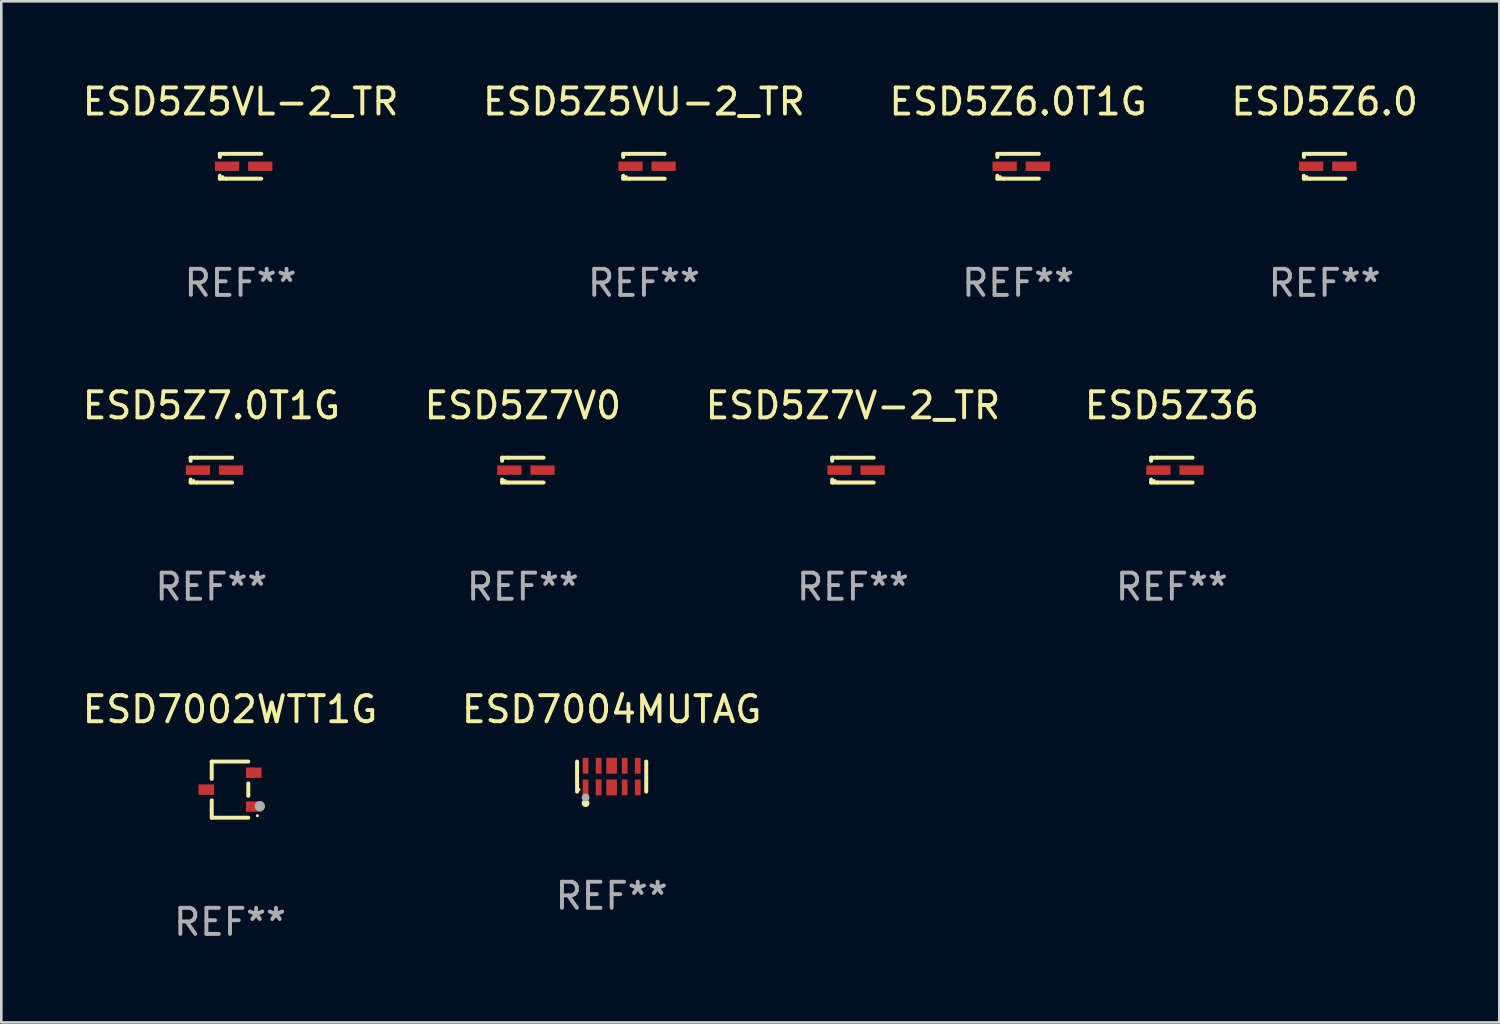
<source format=kicad_pcb>
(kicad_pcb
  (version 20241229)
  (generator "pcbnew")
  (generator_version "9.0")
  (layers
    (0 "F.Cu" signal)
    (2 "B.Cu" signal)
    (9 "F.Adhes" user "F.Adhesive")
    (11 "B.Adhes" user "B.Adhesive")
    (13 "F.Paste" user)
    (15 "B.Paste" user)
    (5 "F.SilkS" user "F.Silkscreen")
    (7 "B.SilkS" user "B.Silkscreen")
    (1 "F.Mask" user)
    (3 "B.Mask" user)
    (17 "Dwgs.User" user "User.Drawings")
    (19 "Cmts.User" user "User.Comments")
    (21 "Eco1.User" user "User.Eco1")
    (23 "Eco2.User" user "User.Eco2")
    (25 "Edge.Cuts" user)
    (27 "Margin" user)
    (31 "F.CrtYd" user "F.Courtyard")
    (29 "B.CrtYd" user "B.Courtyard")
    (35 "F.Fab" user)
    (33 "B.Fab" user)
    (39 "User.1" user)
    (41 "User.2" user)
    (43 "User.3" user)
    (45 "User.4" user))
  (footprint "ESD7004MUTAG"
    (layer "F.Cu")
    (at 20.399 26.722)
    (property "Reference" "ESD7004MUTAG" (at 0 -2.576 0) (layer "F.SilkS") (effects (font (size 1 1) (thickness 0.15))))
    (attr through_hole)
    (fp_line (start -1.326 0.576) (end -1.326 -0.576) (stroke (width 0.152) (type solid)) (layer "F.SilkS"))
    (fp_line (start 1.326 0.576) (end 1.326 -0.576) (stroke (width 0.152) (type solid)) (layer "F.SilkS"))
    (fp_circle (center -1.25 0.5) (end -1.22 0.5) (stroke (width 0.06) (type solid)) (fill no) (layer "F.SilkS"))
    (fp_circle (center -1 1.019) (end -0.925 1.019) (stroke (width 0.15) (type solid)) (fill no) (layer "F.SilkS"))
    (fp_circle (center -1 0.8) (end -0.925 0.8) (stroke (width 0.15) (type solid)) (fill no) (layer "F.Fab"))
    (fp_text user "REF**" (at 0 4.576 0) (layer "F.Fab") (effects (font (size 1 1) (thickness 0.15))))
    (pad "1" smd rect (at -1 0.415) (size 0.22 0.609) (layers "F.Cu" "F.Mask" "F.Paste"))
    (pad "2" smd rect (at -0.5 0.415) (size 0.22 0.609) (layers "F.Cu" "F.Mask" "F.Paste"))
    (pad "3" smd rect (at 0 0.415) (size 0.41 0.609) (layers "F.Cu" "F.Mask" "F.Paste"))
    (pad "4" smd rect (at 0.5 0.415) (size 0.22 0.609) (layers "F.Cu" "F.Mask" "F.Paste"))
    (pad "5" smd rect (at 1 0.415) (size 0.22 0.609) (layers "F.Cu" "F.Mask" "F.Paste"))
    (pad "6" smd rect (at 1 -0.415) (size 0.22 0.609) (layers "F.Cu" "F.Mask" "F.Paste"))
    (pad "7" smd rect (at 0.5 -0.415) (size 0.22 0.609) (layers "F.Cu" "F.Mask" "F.Paste"))
    (pad "8" smd rect (at 0 -0.415) (size 0.41 0.609) (layers "F.Cu" "F.Mask" "F.Paste"))
    (pad "9" smd rect (at -0.5 -0.415) (size 0.22 0.609) (layers "F.Cu" "F.Mask" "F.Paste"))
    (pad "10" smd rect (at -1 -0.415) (size 0.22 0.609) (layers "F.Cu" "F.Mask" "F.Paste")))
  (footprint "ESD5Z5VL-2_TR"
    (layer "F.Cu")
    (at 6.173 3.324)
    (property "Reference" "ESD5Z5VL-2_TR" (at 0 -2.476 0) (layer "F.SilkS") (effects (font (size 1 1) (thickness 0.15))))
    (attr through_hole)
    (fp_line (start -0.795 -0.476) (end -0.795 -0.356) (stroke (width 0.152) (type solid)) (layer "F.SilkS"))
    (fp_line (start -0.795 0.363) (end -0.795 0.476) (stroke (width 0.152) (type solid)) (layer "F.SilkS"))
    (fp_line (start -0.795 0.476) (end -0.557 0.476) (stroke (width 0.152) (type solid)) (layer "F.SilkS"))
    (fp_line (start -0.557 -0.476) (end -0.795 -0.476) (stroke (width 0.152) (type solid)) (layer "F.SilkS"))
    (fp_line (start -0.557 -0.476) (end 0.795 -0.476) (stroke (width 0.152) (type solid)) (layer "F.SilkS"))
    (fp_line (start -0.557 0.476) (end 0.795 0.476) (stroke (width 0.152) (type solid)) (layer "F.SilkS"))
    (fp_circle (center -0.681 0.4) (end -0.651 0.4) (stroke (width 0.06) (type solid)) (fill no) (layer "F.SilkS"))
    (fp_text user "REF**" (at 0 4.476 0) (layer "F.Fab") (effects (font (size 1 1) (thickness 0.15))))
    (pad "1" smd rect (at -0.516 0 180) (size 0.93 0.36) (layers "F.Cu" "F.Mask" "F.Paste"))
    (pad "2" smd rect (at 0.754 0 180) (size 0.93 0.36) (layers "F.Cu" "F.Mask" "F.Paste")))
  (footprint "ESD7002WTT1G"
    (layer "F.Cu")
    (at 5.768 27.222)
    (property "Reference" "ESD7002WTT1G" (at 0 -3.076 0) (layer "F.SilkS") (effects (font (size 1 1) (thickness 0.15))))
    (attr through_hole)
    (fp_line (start -0.701 -1.076) (end -0.701 -0.411) (stroke (width 0.152) (type solid)) (layer "F.SilkS"))
    (fp_line (start -0.701 1.076) (end -0.701 0.411) (stroke (width 0.152) (type solid)) (layer "F.SilkS"))
    (fp_line (start 0.701 -1.076) (end -0.701 -1.076) (stroke (width 0.152) (type solid)) (layer "F.SilkS"))
    (fp_line (start 0.701 -0.239) (end 0.701 0.239) (stroke (width 0.152) (type solid)) (layer "F.SilkS"))
    (fp_line (start 0.701 1.076) (end -0.701 1.076) (stroke (width 0.152) (type solid)) (layer "F.SilkS"))
    (fp_circle (center 1.05 1) (end 1.08 1) (stroke (width 0.06) (type solid)) (fill no) (layer "F.SilkS"))
    (fp_circle (center 1.143 0.635) (end 1.243 0.635) (stroke (width 0.2) (type solid)) (fill no) (layer "F.Fab"))
    (fp_text user "REF**" (at 0 5.076 0) (layer "F.Fab") (effects (font (size 1 1) (thickness 0.15))))
    (pad "1" smd rect (at 0.91 0.65) (size 0.6 0.4) (layers "F.Cu" "F.Mask" "F.Paste"))
    (pad "2" smd rect (at 0.91 -0.65) (size 0.6 0.4) (layers "F.Cu" "F.Mask" "F.Paste"))
    (pad "3" smd rect (at -0.91 0) (size 0.6 0.4) (layers "F.Cu" "F.Mask" "F.Paste")))
  (footprint "ESD5Z5VU-2_TR"
    (layer "F.Cu")
    (at 21.637 3.324)
    (property "Reference" "ESD5Z5VU-2_TR" (at 0 -2.476 0) (layer "F.SilkS") (effects (font (size 1 1) (thickness 0.15))))
    (attr through_hole)
    (fp_line (start -0.795 -0.476) (end -0.795 -0.356) (stroke (width 0.152) (type solid)) (layer "F.SilkS"))
    (fp_line (start -0.795 0.363) (end -0.795 0.476) (stroke (width 0.152) (type solid)) (layer "F.SilkS"))
    (fp_line (start -0.795 0.476) (end -0.557 0.476) (stroke (width 0.152) (type solid)) (layer "F.SilkS"))
    (fp_line (start -0.557 -0.476) (end -0.795 -0.476) (stroke (width 0.152) (type solid)) (layer "F.SilkS"))
    (fp_line (start -0.557 -0.476) (end 0.795 -0.476) (stroke (width 0.152) (type solid)) (layer "F.SilkS"))
    (fp_line (start -0.557 0.476) (end 0.795 0.476) (stroke (width 0.152) (type solid)) (layer "F.SilkS"))
    (fp_circle (center -0.681 0.4) (end -0.651 0.4) (stroke (width 0.06) (type solid)) (fill no) (layer "F.SilkS"))
    (fp_text user "REF**" (at 0 4.476 0) (layer "F.Fab") (effects (font (size 1 1) (thickness 0.15))))
    (pad "1" smd rect (at -0.516 0 180) (size 0.93 0.36) (layers "F.Cu" "F.Mask" "F.Paste"))
    (pad "2" smd rect (at 0.754 0 180) (size 0.93 0.36) (layers "F.Cu" "F.Mask" "F.Paste")))
  (footprint "ESD5Z36"
    (layer "F.Cu")
    (at 41.875 14.973)
    (property "Reference" "ESD5Z36" (at 0 -2.476 0) (layer "F.SilkS") (effects (font (size 1 1) (thickness 0.15))))
    (attr through_hole)
    (fp_line (start -0.795 -0.476) (end -0.795 -0.356) (stroke (width 0.152) (type solid)) (layer "F.SilkS"))
    (fp_line (start -0.795 0.363) (end -0.795 0.476) (stroke (width 0.152) (type solid)) (layer "F.SilkS"))
    (fp_line (start -0.795 0.476) (end -0.557 0.476) (stroke (width 0.152) (type solid)) (layer "F.SilkS"))
    (fp_line (start -0.557 -0.476) (end -0.795 -0.476) (stroke (width 0.152) (type solid)) (layer "F.SilkS"))
    (fp_line (start -0.557 -0.476) (end 0.795 -0.476) (stroke (width 0.152) (type solid)) (layer "F.SilkS"))
    (fp_line (start -0.557 0.476) (end 0.795 0.476) (stroke (width 0.152) (type solid)) (layer "F.SilkS"))
    (fp_circle (center -0.681 0.4) (end -0.651 0.4) (stroke (width 0.06) (type solid)) (fill no) (layer "F.SilkS"))
    (fp_text user "REF**" (at 0 4.476 0) (layer "F.Fab") (effects (font (size 1 1) (thickness 0.15))))
    (pad "1" smd rect (at -0.516 0 180) (size 0.93 0.36) (layers "F.Cu" "F.Mask" "F.Paste"))
    (pad "2" smd rect (at 0.754 0 180) (size 0.93 0.36) (layers "F.Cu" "F.Mask" "F.Paste")))
  (footprint "ESD5Z7.0T1G"
    (layer "F.Cu")
    (at 5.054 14.973)
    (property "Reference" "ESD5Z7.0T1G" (at 0 -2.476 0) (layer "F.SilkS") (effects (font (size 1 1) (thickness 0.15))))
    (attr through_hole)
    (fp_line (start -0.795 -0.476) (end -0.795 -0.356) (stroke (width 0.152) (type solid)) (layer "F.SilkS"))
    (fp_line (start -0.795 0.363) (end -0.795 0.476) (stroke (width 0.152) (type solid)) (layer "F.SilkS"))
    (fp_line (start -0.795 0.476) (end -0.557 0.476) (stroke (width 0.152) (type solid)) (layer "F.SilkS"))
    (fp_line (start -0.557 -0.476) (end -0.795 -0.476) (stroke (width 0.152) (type solid)) (layer "F.SilkS"))
    (fp_line (start -0.557 -0.476) (end 0.795 -0.476) (stroke (width 0.152) (type solid)) (layer "F.SilkS"))
    (fp_line (start -0.557 0.476) (end 0.795 0.476) (stroke (width 0.152) (type solid)) (layer "F.SilkS"))
    (fp_circle (center -0.681 0.4) (end -0.651 0.4) (stroke (width 0.06) (type solid)) (fill no) (layer "F.SilkS"))
    (fp_text user "REF**" (at 0 4.476 0) (layer "F.Fab") (effects (font (size 1 1) (thickness 0.15))))
    (pad "1" smd rect (at -0.516 0 180) (size 0.93 0.36) (layers "F.Cu" "F.Mask" "F.Paste"))
    (pad "2" smd rect (at 0.754 0 180) (size 0.93 0.36) (layers "F.Cu" "F.Mask" "F.Paste")))
  (footprint "ESD5Z7V0"
    (layer "F.Cu")
    (at 16.994 14.973)
    (property "Reference" "ESD5Z7V0" (at 0 -2.476 0) (layer "F.SilkS") (effects (font (size 1 1) (thickness 0.15))))
    (attr through_hole)
    (fp_line (start -0.795 -0.476) (end -0.795 -0.356) (stroke (width 0.152) (type solid)) (layer "F.SilkS"))
    (fp_line (start -0.795 0.363) (end -0.795 0.476) (stroke (width 0.152) (type solid)) (layer "F.SilkS"))
    (fp_line (start -0.795 0.476) (end -0.557 0.476) (stroke (width 0.152) (type solid)) (layer "F.SilkS"))
    (fp_line (start -0.557 -0.476) (end -0.795 -0.476) (stroke (width 0.152) (type solid)) (layer "F.SilkS"))
    (fp_line (start -0.557 -0.476) (end 0.795 -0.476) (stroke (width 0.152) (type solid)) (layer "F.SilkS"))
    (fp_line (start -0.557 0.476) (end 0.795 0.476) (stroke (width 0.152) (type solid)) (layer "F.SilkS"))
    (fp_circle (center -0.681 0.4) (end -0.651 0.4) (stroke (width 0.06) (type solid)) (fill no) (layer "F.SilkS"))
    (fp_text user "REF**" (at 0 4.476 0) (layer "F.Fab") (effects (font (size 1 1) (thickness 0.15))))
    (pad "1" smd rect (at -0.516 0 180) (size 0.93 0.36) (layers "F.Cu" "F.Mask" "F.Paste"))
    (pad "2" smd rect (at 0.754 0 180) (size 0.93 0.36) (layers "F.Cu" "F.Mask" "F.Paste")))
  (footprint "ESD5Z6.0"
    (layer "F.Cu")
    (at 47.732 3.324)
    (property "Reference" "ESD5Z6.0" (at 0 -2.476 0) (layer "F.SilkS") (effects (font (size 1 1) (thickness 0.15))))
    (attr through_hole)
    (fp_line (start -0.795 -0.476) (end -0.795 -0.356) (stroke (width 0.152) (type solid)) (layer "F.SilkS"))
    (fp_line (start -0.795 0.363) (end -0.795 0.476) (stroke (width 0.152) (type solid)) (layer "F.SilkS"))
    (fp_line (start -0.795 0.476) (end -0.557 0.476) (stroke (width 0.152) (type solid)) (layer "F.SilkS"))
    (fp_line (start -0.557 -0.476) (end -0.795 -0.476) (stroke (width 0.152) (type solid)) (layer "F.SilkS"))
    (fp_line (start -0.557 -0.476) (end 0.795 -0.476) (stroke (width 0.152) (type solid)) (layer "F.SilkS"))
    (fp_line (start -0.557 0.476) (end 0.795 0.476) (stroke (width 0.152) (type solid)) (layer "F.SilkS"))
    (fp_circle (center -0.681 0.4) (end -0.651 0.4) (stroke (width 0.06) (type solid)) (fill no) (layer "F.SilkS"))
    (fp_text user "REF**" (at 0 4.476 0) (layer "F.Fab") (effects (font (size 1 1) (thickness 0.15))))
    (pad "1" smd rect (at -0.516 0 180) (size 0.93 0.36) (layers "F.Cu" "F.Mask" "F.Paste"))
    (pad "2" smd rect (at 0.754 0 180) (size 0.93 0.36) (layers "F.Cu" "F.Mask" "F.Paste")))
  (footprint "ESD5Z6.0T1G"
    (layer "F.Cu")
    (at 35.982 3.324)
    (property "Reference" "ESD5Z6.0T1G" (at 0 -2.476 0) (layer "F.SilkS") (effects (font (size 1 1) (thickness 0.15))))
    (attr through_hole)
    (fp_line (start -0.795 -0.476) (end -0.795 -0.356) (stroke (width 0.152) (type solid)) (layer "F.SilkS"))
    (fp_line (start -0.795 0.363) (end -0.795 0.476) (stroke (width 0.152) (type solid)) (layer "F.SilkS"))
    (fp_line (start -0.795 0.476) (end -0.557 0.476) (stroke (width 0.152) (type solid)) (layer "F.SilkS"))
    (fp_line (start -0.557 -0.476) (end -0.795 -0.476) (stroke (width 0.152) (type solid)) (layer "F.SilkS"))
    (fp_line (start -0.557 -0.476) (end 0.795 -0.476) (stroke (width 0.152) (type solid)) (layer "F.SilkS"))
    (fp_line (start -0.557 0.476) (end 0.795 0.476) (stroke (width 0.152) (type solid)) (layer "F.SilkS"))
    (fp_circle (center -0.681 0.4) (end -0.651 0.4) (stroke (width 0.06) (type solid)) (fill no) (layer "F.SilkS"))
    (fp_text user "REF**" (at 0 4.476 0) (layer "F.Fab") (effects (font (size 1 1) (thickness 0.15))))
    (pad "1" smd rect (at -0.516 0 180) (size 0.93 0.36) (layers "F.Cu" "F.Mask" "F.Paste"))
    (pad "2" smd rect (at 0.754 0 180) (size 0.93 0.36) (layers "F.Cu" "F.Mask" "F.Paste")))
  (footprint "ESD5Z7V-2_TR"
    (layer "F.Cu")
    (at 29.649 14.973)
    (property "Reference" "ESD5Z7V-2_TR" (at 0 -2.476 0) (layer "F.SilkS") (effects (font (size 1 1) (thickness 0.15))))
    (attr through_hole)
    (fp_line (start -0.795 -0.476) (end -0.795 -0.356) (stroke (width 0.152) (type solid)) (layer "F.SilkS"))
    (fp_line (start -0.795 0.363) (end -0.795 0.476) (stroke (width 0.152) (type solid)) (layer "F.SilkS"))
    (fp_line (start -0.795 0.476) (end -0.557 0.476) (stroke (width 0.152) (type solid)) (layer "F.SilkS"))
    (fp_line (start -0.557 -0.476) (end -0.795 -0.476) (stroke (width 0.152) (type solid)) (layer "F.SilkS"))
    (fp_line (start -0.557 -0.476) (end 0.795 -0.476) (stroke (width 0.152) (type solid)) (layer "F.SilkS"))
    (fp_line (start -0.557 0.476) (end 0.795 0.476) (stroke (width 0.152) (type solid)) (layer "F.SilkS"))
    (fp_circle (center -0.681 0.4) (end -0.651 0.4) (stroke (width 0.06) (type solid)) (fill no) (layer "F.SilkS"))
    (fp_text user "REF**" (at 0 4.476 0) (layer "F.Fab") (effects (font (size 1 1) (thickness 0.15))))
    (pad "1" smd rect (at -0.516 0 180) (size 0.93 0.36) (layers "F.Cu" "F.Mask" "F.Paste"))
    (pad "2" smd rect (at 0.754 0 180) (size 0.93 0.36) (layers "F.Cu" "F.Mask" "F.Paste")))
  (gr_rect
    (start -3 -3)
    (end 54.429 36.147)
    (stroke (width 0.1) (type default))
    (fill no)
    (layer "Edge.Cuts")))
</source>
